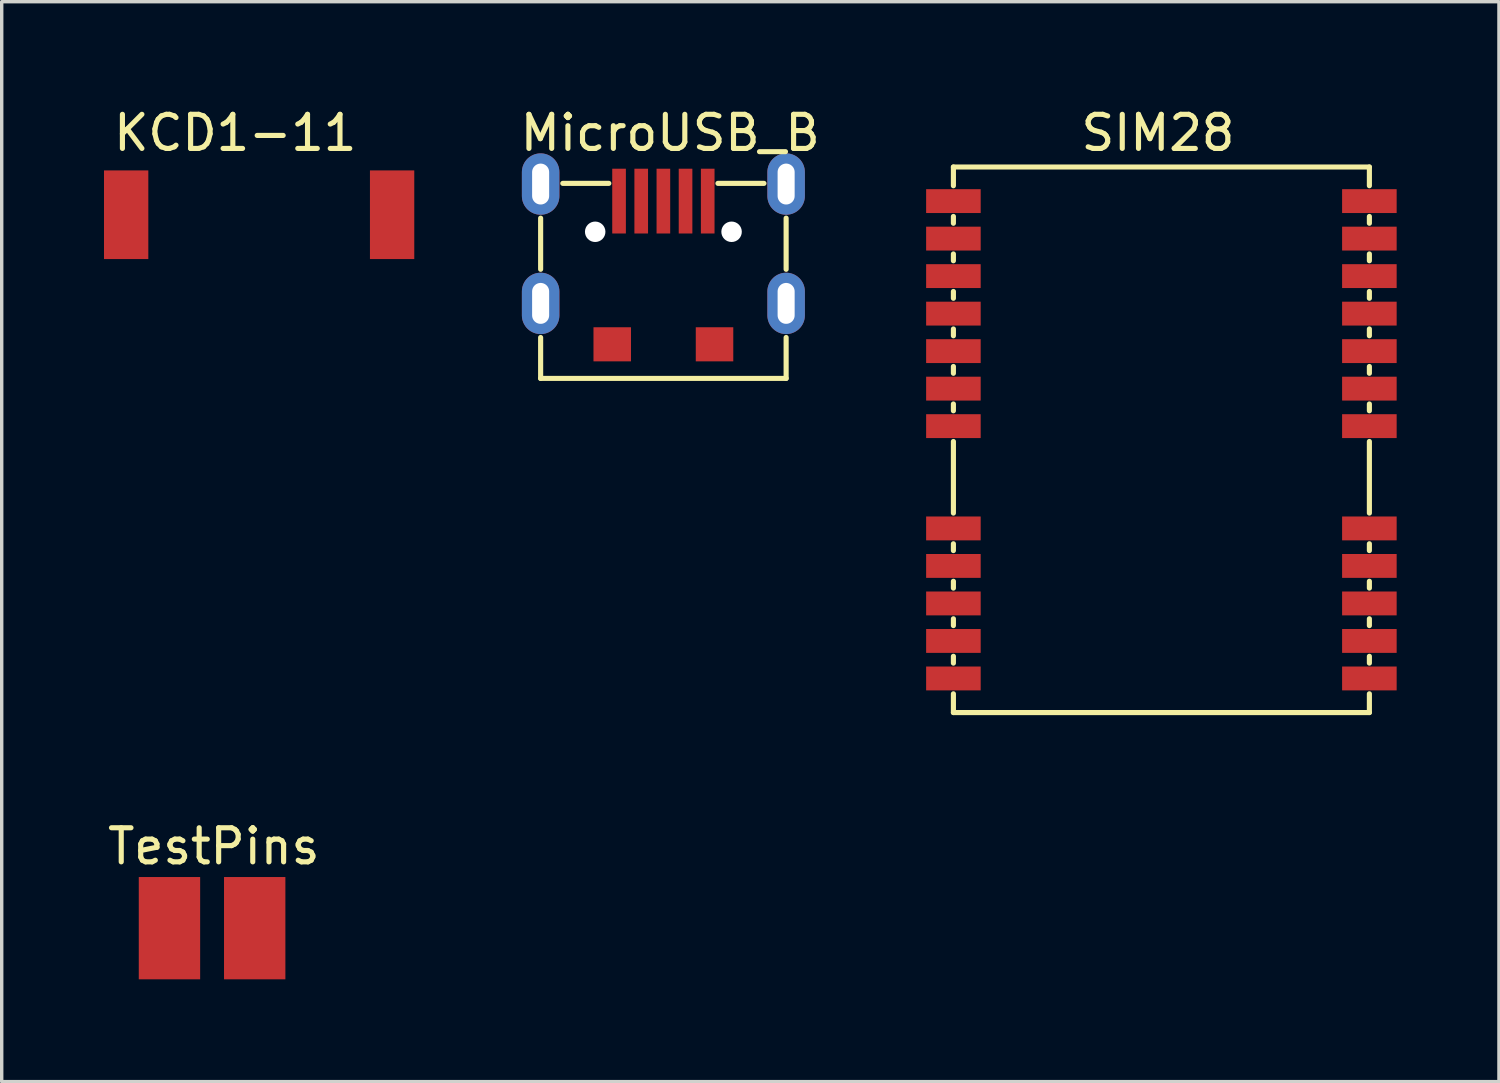
<source format=kicad_pcb>
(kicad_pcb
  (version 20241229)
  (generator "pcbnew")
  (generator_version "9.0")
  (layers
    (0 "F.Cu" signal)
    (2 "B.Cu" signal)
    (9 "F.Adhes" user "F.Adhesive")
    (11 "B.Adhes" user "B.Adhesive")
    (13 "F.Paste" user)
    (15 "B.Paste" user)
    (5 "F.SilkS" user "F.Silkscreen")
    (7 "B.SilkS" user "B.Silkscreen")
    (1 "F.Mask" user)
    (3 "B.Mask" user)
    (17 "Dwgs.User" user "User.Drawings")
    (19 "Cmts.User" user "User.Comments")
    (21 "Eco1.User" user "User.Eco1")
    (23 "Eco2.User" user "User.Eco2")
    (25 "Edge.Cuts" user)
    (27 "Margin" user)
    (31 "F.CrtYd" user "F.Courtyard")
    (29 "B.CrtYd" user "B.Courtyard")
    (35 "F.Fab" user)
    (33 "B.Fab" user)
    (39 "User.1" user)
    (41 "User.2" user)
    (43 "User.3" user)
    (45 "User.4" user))
  (footprint "SIM28"
    (layer "F.Cu")
    (at 24.912 2.848)
    (property "Reference" "SIM28" (at 6 -2 0) (layer "F.SilkS") (effects (font (size 1 1) (thickness 0.15))))
    (attr smd)
    (fp_line (start 0 -1) (end 0 -0.45) (stroke (width 0.15) (type solid)) (layer "F.SilkS"))
    (fp_line (start 0 -1) (end 12.2 -1) (stroke (width 0.15) (type solid)) (layer "F.SilkS"))
    (fp_line (start 0 0.45) (end 0 0.65) (stroke (width 0.15) (type solid)) (layer "F.SilkS"))
    (fp_line (start 0 1.55) (end 0 1.75) (stroke (width 0.15) (type solid)) (layer "F.SilkS"))
    (fp_line (start 0 2.65) (end 0 2.85) (stroke (width 0.15) (type solid)) (layer "F.SilkS"))
    (fp_line (start 0 3.75) (end 0 3.95) (stroke (width 0.15) (type solid)) (layer "F.SilkS"))
    (fp_line (start 0 4.85) (end 0 5.05) (stroke (width 0.15) (type solid)) (layer "F.SilkS"))
    (fp_line (start 0 5.95) (end 0 6.15) (stroke (width 0.15) (type solid)) (layer "F.SilkS"))
    (fp_line (start 0 7.05) (end 0 9.15) (stroke (width 0.15) (type solid)) (layer "F.SilkS"))
    (fp_line (start 0 10.05) (end 0 10.25) (stroke (width 0.15) (type solid)) (layer "F.SilkS"))
    (fp_line (start 0 11.15) (end 0 11.35) (stroke (width 0.15) (type solid)) (layer "F.SilkS"))
    (fp_line (start 0 12.25) (end 0 12.45) (stroke (width 0.15) (type solid)) (layer "F.SilkS"))
    (fp_line (start 0 13.35) (end 0 13.55) (stroke (width 0.15) (type solid)) (layer "F.SilkS"))
    (fp_line (start 0 14.45) (end 0 15) (stroke (width 0.15) (type solid)) (layer "F.SilkS"))
    (fp_line (start 0 15) (end 12.2 15) (stroke (width 0.15) (type solid)) (layer "F.SilkS"))
    (fp_line (start 12.2 -1) (end 12.2 -0.45) (stroke (width 0.15) (type solid)) (layer "F.SilkS"))
    (fp_line (start 12.2 0.45) (end 12.2 0.65) (stroke (width 0.15) (type solid)) (layer "F.SilkS"))
    (fp_line (start 12.2 1.55) (end 12.2 1.75) (stroke (width 0.15) (type solid)) (layer "F.SilkS"))
    (fp_line (start 12.2 2.65) (end 12.2 2.85) (stroke (width 0.15) (type solid)) (layer "F.SilkS"))
    (fp_line (start 12.2 3.75) (end 12.2 3.95) (stroke (width 0.15) (type solid)) (layer "F.SilkS"))
    (fp_line (start 12.2 4.85) (end 12.2 5.05) (stroke (width 0.15) (type solid)) (layer "F.SilkS"))
    (fp_line (start 12.2 5.95) (end 12.2 6.15) (stroke (width 0.15) (type solid)) (layer "F.SilkS"))
    (fp_line (start 12.2 7.05) (end 12.2 9.15) (stroke (width 0.15) (type solid)) (layer "F.SilkS"))
    (fp_line (start 12.2 10.05) (end 12.2 10.25) (stroke (width 0.15) (type solid)) (layer "F.SilkS"))
    (fp_line (start 12.2 11.15) (end 12.2 11.35) (stroke (width 0.15) (type solid)) (layer "F.SilkS"))
    (fp_line (start 12.2 12.25) (end 12.2 12.45) (stroke (width 0.15) (type solid)) (layer "F.SilkS"))
    (fp_line (start 12.2 13.35) (end 12.2 13.55) (stroke (width 0.15) (type solid)) (layer "F.SilkS"))
    (fp_line (start 12.2 14.45) (end 12.2 15) (stroke (width 0.15) (type solid)) (layer "F.SilkS"))
    (pad "1" smd rect (at 0 0) (size 1.6 0.7) (layers "F.Cu" "F.Mask" "F.Paste"))
    (pad "2" smd rect (at 0 1.1) (size 1.6 0.7) (layers "F.Cu" "F.Mask" "F.Paste"))
    (pad "3" smd rect (at 0 2.2) (size 1.6 0.7) (layers "F.Cu" "F.Mask" "F.Paste"))
    (pad "4" smd rect (at 0 3.3) (size 1.6 0.7) (layers "F.Cu" "F.Mask" "F.Paste"))
    (pad "5" smd rect (at 0 4.4) (size 1.6 0.7) (layers "F.Cu" "F.Mask" "F.Paste"))
    (pad "6" smd rect (at 0 5.5) (size 1.6 0.7) (layers "F.Cu" "F.Mask" "F.Paste"))
    (pad "7" smd rect (at 0 6.6) (size 1.6 0.7) (layers "F.Cu" "F.Mask" "F.Paste"))
    (pad "8" smd rect (at 0 9.6) (size 1.6 0.7) (layers "F.Cu" "F.Mask" "F.Paste"))
    (pad "9" smd rect (at 0 10.7) (size 1.6 0.7) (layers "F.Cu" "F.Mask" "F.Paste"))
    (pad "10" smd rect (at 0 11.8) (size 1.6 0.7) (layers "F.Cu" "F.Mask" "F.Paste"))
    (pad "11" smd rect (at 0 12.9) (size 1.6 0.7) (layers "F.Cu" "F.Mask" "F.Paste"))
    (pad "12" smd rect (at 0 14) (size 1.6 0.7) (layers "F.Cu" "F.Mask" "F.Paste"))
    (pad "13" smd rect (at 12.2 14) (size 1.6 0.7) (layers "F.Cu" "F.Mask" "F.Paste"))
    (pad "14" smd rect (at 12.2 12.9) (size 1.6 0.7) (layers "F.Cu" "F.Mask" "F.Paste"))
    (pad "15" smd rect (at 12.2 11.8) (size 1.6 0.7) (layers "F.Cu" "F.Mask" "F.Paste"))
    (pad "16" smd rect (at 12.2 10.7) (size 1.6 0.7) (layers "F.Cu" "F.Mask" "F.Paste"))
    (pad "17" smd rect (at 12.2 9.6) (size 1.6 0.7) (layers "F.Cu" "F.Mask" "F.Paste"))
    (pad "18" smd rect (at 12.2 6.6) (size 1.6 0.7) (layers "F.Cu" "F.Mask" "F.Paste"))
    (pad "19" smd rect (at 12.2 5.5) (size 1.6 0.7) (layers "F.Cu" "F.Mask" "F.Paste"))
    (pad "20" smd rect (at 12.2 4.4) (size 1.6 0.7) (layers "F.Cu" "F.Mask" "F.Paste"))
    (pad "21" smd rect (at 12.2 3.3) (size 1.6 0.7) (layers "F.Cu" "F.Mask" "F.Paste"))
    (pad "22" smd rect (at 12.2 2.2) (size 1.6 0.7) (layers "F.Cu" "F.Mask" "F.Paste"))
    (pad "23" smd rect (at 12.2 1.1) (size 1.6 0.7) (layers "F.Cu" "F.Mask" "F.Paste"))
    (pad "24" smd rect (at 12.2 0) (size 1.6 0.7) (layers "F.Cu" "F.Mask" "F.Paste")))
  (footprint "MicroUSB_B"
    (layer "F.Cu")
    (at 16.406 2.848)
    (property "Reference" "MicroUSB_B" (at 0.2 -2 0) (layer "F.SilkS") (effects (font (size 1 1) (thickness 0.15))))
    (attr through_hole)
    (fp_line (start -3.6 0.5) (end -3.6 2) (stroke (width 0.15) (type solid)) (layer "F.SilkS"))
    (fp_line (start -3.6 4) (end -3.6 5.2) (stroke (width 0.15) (type solid)) (layer "F.SilkS"))
    (fp_line (start -3.6 5.2) (end 3.6 5.2) (stroke (width 0.15) (type solid)) (layer "F.SilkS"))
    (fp_line (start -2.95 -0.52) (end -1.6 -0.52) (stroke (width 0.15) (type solid)) (layer "F.SilkS"))
    (fp_line (start 1.6 -0.52) (end 2.95 -0.52) (stroke (width 0.15) (type solid)) (layer "F.SilkS"))
    (fp_line (start 3.6 0.5) (end 3.6 2) (stroke (width 0.15) (type solid)) (layer "F.SilkS"))
    (fp_line (start 3.6 4) (end 3.6 5.2) (stroke (width 0.15) (type solid)) (layer "F.SilkS"))
    (pad "" np_thru_hole circle (at -2 0.9) (size 0.6 0.6) (drill 0.6) (layers "*.Cu" "*.Mask"))
    (pad "" np_thru_hole circle (at 2 0.9) (size 0.6 0.6) (drill 0.6) (layers "*.Cu" "*.Mask"))
    (pad "1" smd rect (at -1.3 0) (size 0.4 1.9) (layers "F.Cu" "F.Mask" "F.Paste"))
    (pad "2" smd rect (at -0.65 0) (size 0.4 1.9) (layers "F.Cu" "F.Mask" "F.Paste"))
    (pad "3" smd rect (at 0 0) (size 0.4 1.9) (layers "F.Cu" "F.Mask" "F.Paste"))
    (pad "4" smd rect (at 0.65 0) (size 0.4 1.9) (layers "F.Cu" "F.Mask" "F.Paste"))
    (pad "5" smd rect (at 1.3 0) (size 0.4 1.9) (layers "F.Cu" "F.Mask" "F.Paste"))
    (pad "6" thru_hole oval (at -3.6 -0.5) (size 1.1 1.8) (drill oval 0.5 1.2) (layers "*.Cu" "*.Mask"))
    (pad "6" thru_hole oval (at -3.6 3) (size 1.1 1.8) (drill oval 0.5 1.2) (layers "*.Cu" "*.Mask"))
    (pad "6" smd rect (at -1.5 4.2) (size 1.1 1) (layers "F.Cu" "F.Mask" "F.Paste"))
    (pad "6" smd rect (at 1.5 4.2) (size 1.1 1) (layers "F.Cu" "F.Mask" "F.Paste"))
    (pad "6" thru_hole oval (at 3.6 -0.5) (size 1.1 1.8) (drill oval 0.5 1.2) (layers "*.Cu" "*.Mask"))
    (pad "6" thru_hole oval (at 3.6 3) (size 1.1 1.8) (drill oval 0.5 1.2) (layers "*.Cu" "*.Mask")))
  (footprint "KCD1-11"
    (layer "F.Cu")
    (at 0.65 3.248)
    (property "Reference" "KCD1-11" (at 3.2 -2.4 0) (layer "F.SilkS") (effects (font (size 1 1) (thickness 0.15))))
    (attr through_hole)
    (pad "1" smd rect (at 0 0) (size 1.3 2.6) (layers "F.Cu" "F.Mask" "F.Paste"))
    (pad "2" smd rect (at 7.8 0) (size 1.3 2.6) (layers "F.Cu" "F.Mask" "F.Paste")))
  (footprint "TestPins"
    (layer "F.Cu")
    (at 1.92 24.172)
    (property "Reference" "TestPins" (at 1.3 -2.4 0) (layer "F.SilkS") (effects (font (size 1 1) (thickness 0.15))))
    (attr through_hole)
    (pad "1" smd rect (at 0 0) (size 1.8 3) (layers "F.Cu" "F.Mask" "F.Paste"))
    (pad "2" smd rect (at 2.5 0) (size 1.8 3) (layers "F.Cu" "F.Mask" "F.Paste")))
  (gr_rect
    (start -3 -3)
    (end 40.912 28.672)
    (stroke (width 0.1) (type default))
    (fill no)
    (layer "Edge.Cuts")))
</source>
